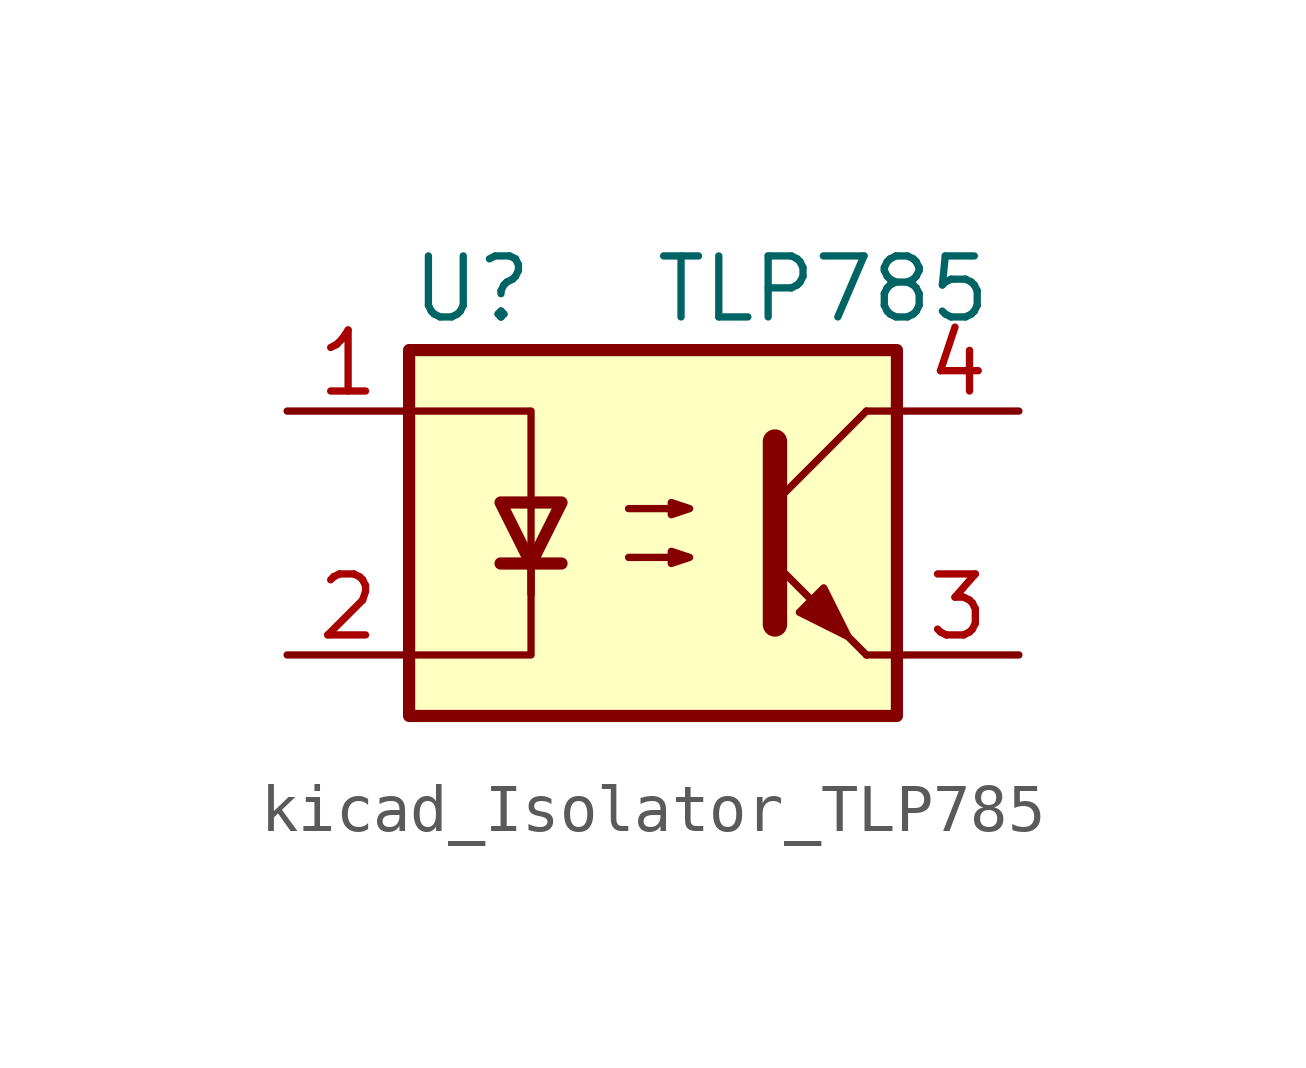
<source format=kicad_sym>
(kicad_symbol_lib
  (version 20220914)
  (generator kicad_symbol_editor)
  (symbol "kicad_Isolator_TLP785"
    (pin_names
      (offset 1.016))
    (property "Reference" "U"
      (at -5.08 5.08 0)
      (effects (font (size 1.27 1.27)) (justify left)))
    (property "Value" "TLP785"
      (at 0 5.08 0)
      (effects (font (size 1.27 1.27)) (justify left)))
    (symbol "kicad_Isolator_TLP785_0_1"
      (rectangle (start -5.08 3.81) (end 5.08 -3.81) (stroke (width 0.254) (type default)) (fill (type background)))
      (polyline (pts (xy -3.175 -0.635) (xy -1.905 -0.635)) (stroke (width 0.254) (type default)) (fill (type none)))
      (polyline (pts (xy 2.54 0.635) (xy 4.445 2.54)) (stroke (width 0) (type default)) (fill (type none)))
      (polyline (pts (xy 4.445 -2.54) (xy 2.54 -0.635)) (stroke (width 0) (type default)) (fill (type outline)))
      (polyline (pts (xy 4.445 -2.54) (xy 5.08 -2.54)) (stroke (width 0) (type default)) (fill (type none)))
      (polyline (pts (xy 4.445 2.54) (xy 5.08 2.54)) (stroke (width 0) (type default)) (fill (type none)))
      (polyline (pts (xy -2.54 -0.635) (xy -2.54 -2.54) (xy -5.08 -2.54)) (stroke (width 0) (type default)) (fill (type none)))
      (polyline (pts (xy 2.54 1.905) (xy 2.54 -1.905) (xy 2.54 -1.905)) (stroke (width 0.508) (type default)) (fill (type none)))
      (polyline (pts (xy -5.08 2.54) (xy -2.54 2.54) (xy -2.54 -1.27) (xy -2.54 0.635)) (stroke (width 0) (type default)) (fill (type none)))
      (polyline (pts (xy -2.54 -0.635) (xy -3.175 0.635) (xy -1.905 0.635) (xy -2.54 -0.635)) (stroke (width 0.254) (type default)) (fill (type none)))
      (polyline (pts (xy -0.508 -0.508) (xy 0.762 -0.508) (xy 0.381 -0.635) (xy 0.381 -0.381) (xy 0.762 -0.508)) (stroke (width 0) (type default)) (fill (type none)))
      (polyline (pts (xy -0.508 0.508) (xy 0.762 0.508) (xy 0.381 0.381) (xy 0.381 0.635) (xy 0.762 0.508)) (stroke (width 0) (type default)) (fill (type none)))
      (polyline (pts (xy 3.048 -1.651) (xy 3.556 -1.143) (xy 4.064 -2.159) (xy 3.048 -1.651) (xy 3.048 -1.651)) (stroke (width 0) (type default)) (fill (type outline))))
    (symbol "kicad_Isolator_TLP785_1_1"
      (pin passive line (at -7.62 2.54 0) (length 2.54) (name "~" (effects (font (size 1.27 1.27)))) (number "1" (effects (font (size 1.27 1.27)))))
      (pin passive line (at -7.62 -2.54 0) (length 2.54) (name "~" (effects (font (size 1.27 1.27)))) (number "2" (effects (font (size 1.27 1.27)))))
      (pin passive line (at 7.62 -2.54 180) (length 2.54) (name "~" (effects (font (size 1.27 1.27)))) (number "3" (effects (font (size 1.27 1.27)))))
      (pin passive line (at 7.62 2.54 180) (length 2.54) (name "~" (effects (font (size 1.27 1.27)))) (number "4" (effects (font (size 1.27 1.27))))))))
</source>
